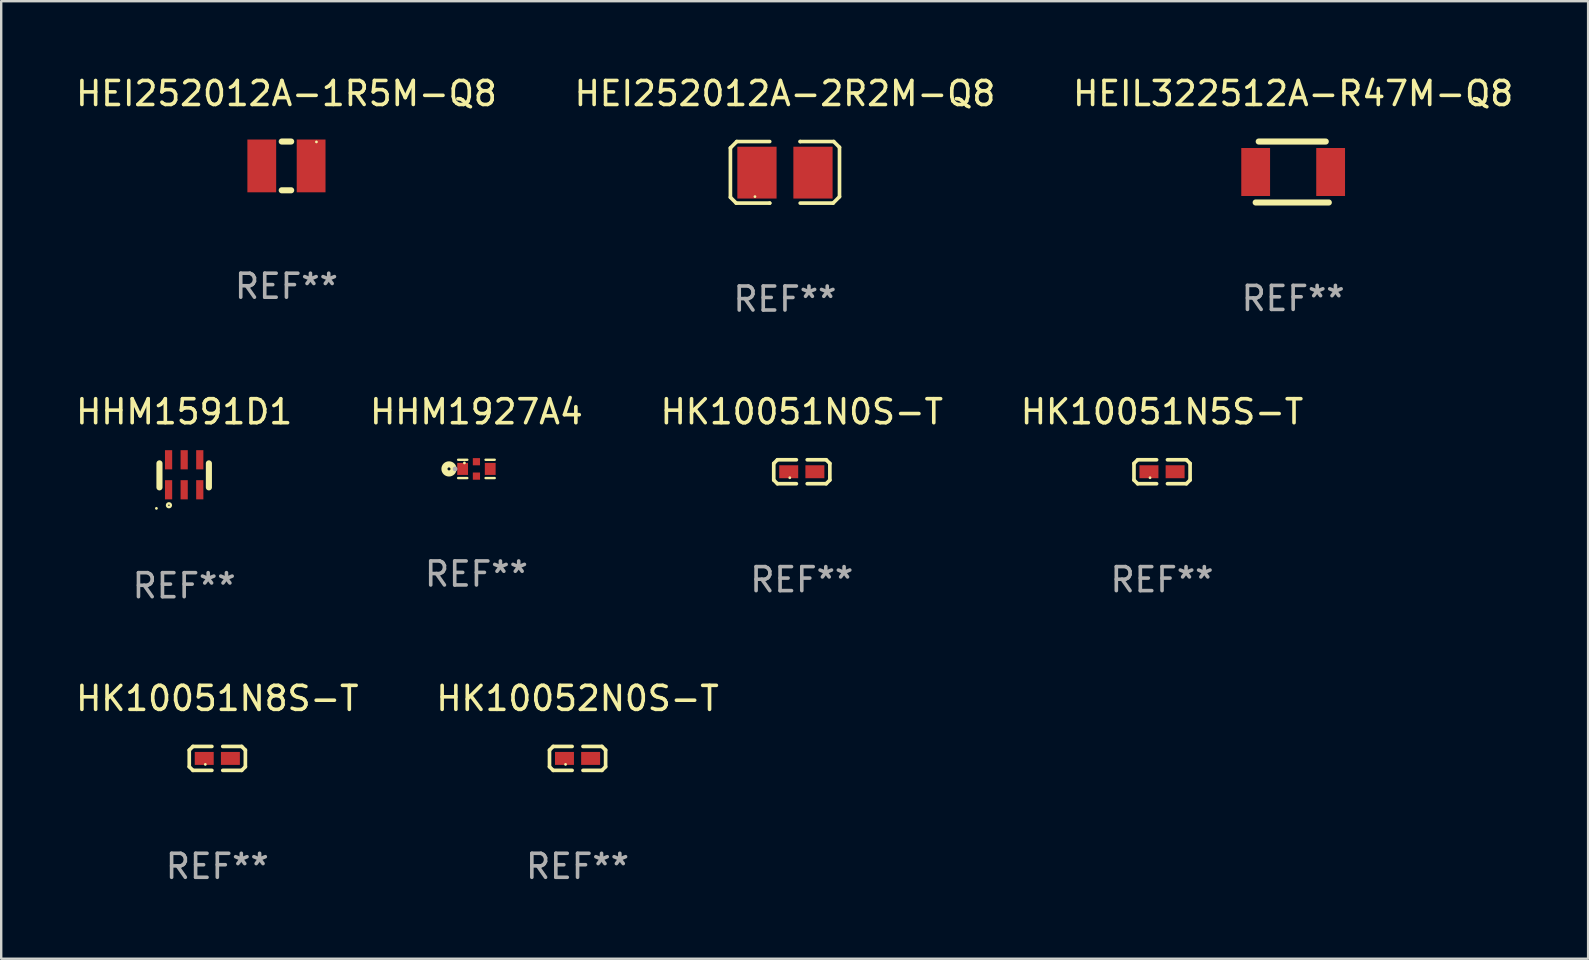
<source format=kicad_pcb>
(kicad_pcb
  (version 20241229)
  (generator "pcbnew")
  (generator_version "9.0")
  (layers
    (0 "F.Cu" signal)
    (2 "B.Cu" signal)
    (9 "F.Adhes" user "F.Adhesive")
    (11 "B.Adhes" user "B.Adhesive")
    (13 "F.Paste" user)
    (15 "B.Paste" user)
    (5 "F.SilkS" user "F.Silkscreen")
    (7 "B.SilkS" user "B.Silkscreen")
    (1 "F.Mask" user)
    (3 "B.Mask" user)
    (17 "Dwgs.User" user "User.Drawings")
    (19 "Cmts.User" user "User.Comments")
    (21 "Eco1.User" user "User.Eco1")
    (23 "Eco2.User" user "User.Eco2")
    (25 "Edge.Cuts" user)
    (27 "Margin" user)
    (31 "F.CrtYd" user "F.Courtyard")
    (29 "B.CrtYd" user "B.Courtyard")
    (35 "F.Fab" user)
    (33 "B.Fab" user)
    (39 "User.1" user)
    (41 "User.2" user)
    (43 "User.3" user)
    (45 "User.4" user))
  (footprint "HK10052N0S-T"
    (layer "F.Cu")
    (at 21.018 28.555)
    (property "Reference" "HK10052N0S-T" (at 0 -2.499 0) (layer "F.SilkS") (effects (font (size 1 1) (thickness 0.15))))
    (attr through_hole)
    (fp_line (start -1.169 -0.346) (end -1.016 -0.499) (stroke (width 0.152) (type solid)) (layer "F.SilkS"))
    (fp_line (start -1.169 0.346) (end -1.169 -0.346) (stroke (width 0.152) (type solid)) (layer "F.SilkS"))
    (fp_line (start -1.016 -0.499) (end -0.226 -0.499) (stroke (width 0.152) (type solid)) (layer "F.SilkS"))
    (fp_line (start -1.016 0.499) (end -1.169 0.346) (stroke (width 0.152) (type solid)) (layer "F.SilkS"))
    (fp_line (start -0.226 0.499) (end -1.016 0.499) (stroke (width 0.152) (type solid)) (layer "F.SilkS"))
    (fp_line (start 0.226 0.499) (end 1.016 0.499) (stroke (width 0.152) (type solid)) (layer "F.SilkS"))
    (fp_line (start 1.016 -0.499) (end 0.226 -0.499) (stroke (width 0.152) (type solid)) (layer "F.SilkS"))
    (fp_line (start 1.016 0.499) (end 1.169 0.346) (stroke (width 0.152) (type solid)) (layer "F.SilkS"))
    (fp_line (start 1.169 -0.346) (end 1.016 -0.499) (stroke (width 0.152) (type solid)) (layer "F.SilkS"))
    (fp_line (start 1.169 0.346) (end 1.169 -0.346) (stroke (width 0.152) (type solid)) (layer "F.SilkS"))
    (fp_circle (center -0.5 0.25) (end -0.47 0.25) (stroke (width 0.06) (type solid)) (fill no) (layer "F.SilkS"))
    (fp_text user "REF**" (at 0 4.499 0) (layer "F.Fab") (effects (font (size 1 1) (thickness 0.15))))
    (pad "1" smd rect (at -0.545 0) (size 0.79 0.54) (layers "F.Cu" "F.Mask" "F.Paste"))
    (pad "2" smd rect (at 0.545 0) (size 0.79 0.54) (layers "F.Cu" "F.Mask" "F.Paste")))
  (footprint "HEIL322512A-R47M-Q8"
    (layer "F.Cu")
    (at 50.839 4.118)
    (property "Reference" "HEIL322512A-R47M-Q8" (at 0 -3.27 0) (layer "F.SilkS") (effects (font (size 1 1) (thickness 0.15))))
    (attr through_hole)
    (fp_line (start -1.562 1.27) (end 1.486 1.27) (stroke (width 0.254) (type solid)) (layer "F.SilkS"))
    (fp_line (start -1.435 -1.27) (end 1.359 -1.27) (stroke (width 0.254) (type solid)) (layer "F.SilkS"))
    (fp_circle (center -1.6 1.25) (end -1.57 1.25) (stroke (width 0.06) (type solid)) (fill no) (layer "F.SilkS"))
    (fp_text user "REF**" (at 0 5.27 0) (layer "F.Fab") (effects (font (size 1 1) (thickness 0.15))))
    (pad "1" smd rect (at -1.562 0 180) (size 1.2 2) (layers "F.Cu" "F.Mask" "F.Paste"))
    (pad "2" smd rect (at 1.562 0 180) (size 1.2 2) (layers "F.Cu" "F.Mask" "F.Paste")))
  (footprint "HEI252012A-1R5M-Q8"
    (layer "F.Cu")
    (at 8.887 3.864)
    (property "Reference" "HEI252012A-1R5M-Q8" (at 0 -3.016 0) (layer "F.SilkS") (effects (font (size 1 1) (thickness 0.15))))
    (attr through_hole)
    (fp_line (start -0.197 1.016) (end 0.197 1.016) (stroke (width 0.254) (type solid)) (layer "F.SilkS"))
    (fp_line (start 0.197 -1.016) (end -0.197 -1.016) (stroke (width 0.254) (type solid)) (layer "F.SilkS"))
    (fp_circle (center 1.25 -1) (end 1.28 -1) (stroke (width 0.06) (type solid)) (fill no) (layer "F.SilkS"))
    (fp_text user "REF**" (at 0 5.016 0) (layer "F.Fab") (effects (font (size 1 1) (thickness 0.15))))
    (pad "1" smd rect (at 1.028 0) (size 1.2 2.2) (layers "F.Cu" "F.Mask" "F.Paste"))
    (pad "2" smd rect (at -1.028 0) (size 1.2 2.2) (layers "F.Cu" "F.Mask" "F.Paste")))
  (footprint "HK10051N5S-T"
    (layer "F.Cu")
    (at 45.375 16.609)
    (property "Reference" "HK10051N5S-T" (at 0 -2.499 0) (layer "F.SilkS") (effects (font (size 1 1) (thickness 0.15))))
    (attr through_hole)
    (fp_line (start -1.169 -0.346) (end -1.016 -0.499) (stroke (width 0.152) (type solid)) (layer "F.SilkS"))
    (fp_line (start -1.169 0.346) (end -1.169 -0.346) (stroke (width 0.152) (type solid)) (layer "F.SilkS"))
    (fp_line (start -1.016 -0.499) (end -0.226 -0.499) (stroke (width 0.152) (type solid)) (layer "F.SilkS"))
    (fp_line (start -1.016 0.499) (end -1.169 0.346) (stroke (width 0.152) (type solid)) (layer "F.SilkS"))
    (fp_line (start -0.226 0.499) (end -1.016 0.499) (stroke (width 0.152) (type solid)) (layer "F.SilkS"))
    (fp_line (start 0.226 0.499) (end 1.016 0.499) (stroke (width 0.152) (type solid)) (layer "F.SilkS"))
    (fp_line (start 1.016 -0.499) (end 0.226 -0.499) (stroke (width 0.152) (type solid)) (layer "F.SilkS"))
    (fp_line (start 1.016 0.499) (end 1.169 0.346) (stroke (width 0.152) (type solid)) (layer "F.SilkS"))
    (fp_line (start 1.169 -0.346) (end 1.016 -0.499) (stroke (width 0.152) (type solid)) (layer "F.SilkS"))
    (fp_line (start 1.169 0.346) (end 1.169 -0.346) (stroke (width 0.152) (type solid)) (layer "F.SilkS"))
    (fp_circle (center -0.5 0.25) (end -0.47 0.25) (stroke (width 0.06) (type solid)) (fill no) (layer "F.SilkS"))
    (fp_text user "REF**" (at 0 4.499 0) (layer "F.Fab") (effects (font (size 1 1) (thickness 0.15))))
    (pad "1" smd rect (at -0.545 0) (size 0.79 0.54) (layers "F.Cu" "F.Mask" "F.Paste"))
    (pad "2" smd rect (at 0.545 0) (size 0.79 0.54) (layers "F.Cu" "F.Mask" "F.Paste")))
  (footprint "HK10051N0S-T"
    (layer "F.Cu")
    (at 30.363 16.609)
    (property "Reference" "HK10051N0S-T" (at 0 -2.499 0) (layer "F.SilkS") (effects (font (size 1 1) (thickness 0.15))))
    (attr through_hole)
    (fp_line (start -1.169 -0.346) (end -1.016 -0.499) (stroke (width 0.152) (type solid)) (layer "F.SilkS"))
    (fp_line (start -1.169 0.346) (end -1.169 -0.346) (stroke (width 0.152) (type solid)) (layer "F.SilkS"))
    (fp_line (start -1.016 -0.499) (end -0.226 -0.499) (stroke (width 0.152) (type solid)) (layer "F.SilkS"))
    (fp_line (start -1.016 0.499) (end -1.169 0.346) (stroke (width 0.152) (type solid)) (layer "F.SilkS"))
    (fp_line (start -0.226 0.499) (end -1.016 0.499) (stroke (width 0.152) (type solid)) (layer "F.SilkS"))
    (fp_line (start 0.226 0.499) (end 1.016 0.499) (stroke (width 0.152) (type solid)) (layer "F.SilkS"))
    (fp_line (start 1.016 -0.499) (end 0.226 -0.499) (stroke (width 0.152) (type solid)) (layer "F.SilkS"))
    (fp_line (start 1.016 0.499) (end 1.169 0.346) (stroke (width 0.152) (type solid)) (layer "F.SilkS"))
    (fp_line (start 1.169 -0.346) (end 1.016 -0.499) (stroke (width 0.152) (type solid)) (layer "F.SilkS"))
    (fp_line (start 1.169 0.346) (end 1.169 -0.346) (stroke (width 0.152) (type solid)) (layer "F.SilkS"))
    (fp_circle (center -0.5 0.25) (end -0.47 0.25) (stroke (width 0.06) (type solid)) (fill no) (layer "F.SilkS"))
    (fp_text user "REF**" (at 0 4.499 0) (layer "F.Fab") (effects (font (size 1 1) (thickness 0.15))))
    (pad "1" smd rect (at -0.545 0) (size 0.79 0.54) (layers "F.Cu" "F.Mask" "F.Paste"))
    (pad "2" smd rect (at 0.545 0) (size 0.79 0.54) (layers "F.Cu" "F.Mask" "F.Paste")))
  (footprint "HHM1927A4"
    (layer "F.Cu")
    (at 16.804 16.491)
    (property "Reference" "HHM1927A4" (at 0 -2.381 0) (layer "F.SilkS") (effects (font (size 1 1) (thickness 0.15))))
    (attr through_hole)
    (fp_line (start -0.762 -0.381) (end -0.381 -0.381) (stroke (width 0.1) (type solid)) (layer "F.SilkS"))
    (fp_line (start -0.762 0.381) (end -0.381 0.381) (stroke (width 0.1) (type solid)) (layer "F.SilkS"))
    (fp_line (start 0.381 -0.381) (end 0.762 -0.381) (stroke (width 0.1) (type solid)) (layer "F.SilkS"))
    (fp_line (start 0.381 0.381) (end 0.762 0.381) (stroke (width 0.1) (type solid)) (layer "F.SilkS"))
    (fp_circle (center -1.143 -0.000127) (end -1.08 -0.000127) (stroke (width 0.254) (type solid)) (fill no) (layer "F.SilkS"))
    (fp_circle (center -0.5 -0.25) (end -0.47 -0.25) (stroke (width 0.06) (type solid)) (fill no) (layer "F.SilkS"))
    (fp_circle (center -0.889 0.000127) (end -0.839 0.000127) (stroke (width 0.1) (type solid)) (fill no) (layer "F.Fab"))
    (fp_text user "REF**" (at 0 4.381 0) (layer "F.Fab") (effects (font (size 1 1) (thickness 0.15))))
    (pad "1" smd rect (at -0.575 -0.000127) (size 0.45 0.5) (layers "F.Cu" "F.Mask" "F.Paste"))
    (pad "2" smd rect (at 0 0.3) (size 0.3 0.3) (layers "F.Cu" "F.Mask" "F.Paste"))
    (pad "3" smd rect (at 0.575 -0.000127) (size 0.45 0.5) (layers "F.Cu" "F.Mask" "F.Paste"))
    (pad "4" smd rect (at 0 -0.3) (size 0.3 0.3) (layers "F.Cu" "F.Mask" "F.Paste")))
  (footprint "HHM1591D1"
    (layer "F.Cu")
    (at 4.625 16.735)
    (property "Reference" "HHM1591D1" (at 0 -2.625 0) (layer "F.SilkS") (effects (font (size 1 1) (thickness 0.15))))
    (attr through_hole)
    (fp_line (start -1.03 -0.475) (end -1.03 0.525) (stroke (width 0.254) (type solid)) (layer "F.SilkS"))
    (fp_line (start 1.03 -0.475) (end 1.03 0.525) (stroke (width 0.254) (type solid)) (layer "F.SilkS"))
    (fp_circle (center -1.157 1.4) (end -1.127 1.4) (stroke (width 0.06) (type solid)) (fill no) (layer "F.SilkS"))
    (fp_circle (center -0.635 1.27) (end -0.555 1.27) (stroke (width 0.1) (type solid)) (fill no) (layer "F.SilkS"))
    (fp_text user "REF**" (at 0 4.625 0) (layer "F.Fab") (effects (font (size 1 1) (thickness 0.15))))
    (pad "1" smd rect (at -0.65 0.625) (size 0.3 0.8) (layers "F.Cu" "F.Mask" "F.Paste"))
    (pad "2" smd rect (at 0 0.625) (size 0.3 0.8) (layers "F.Cu" "F.Mask" "F.Paste"))
    (pad "3" smd rect (at 0.65 0.625) (size 0.3 0.8) (layers "F.Cu" "F.Mask" "F.Paste"))
    (pad "4" smd rect (at 0.65 -0.625) (size 0.3 0.8) (layers "F.Cu" "F.Mask" "F.Paste"))
    (pad "5" smd rect (at 0 -0.625) (size 0.3 0.8) (layers "F.Cu" "F.Mask" "F.Paste"))
    (pad "6" smd rect (at -0.65 -0.625) (size 0.3 0.8) (layers "F.Cu" "F.Mask" "F.Paste")))
  (footprint "HK10051N8S-T"
    (layer "F.Cu")
    (at 6.006 28.555)
    (property "Reference" "HK10051N8S-T" (at 0 -2.499 0) (layer "F.SilkS") (effects (font (size 1 1) (thickness 0.15))))
    (attr through_hole)
    (fp_line (start -1.169 -0.346) (end -1.016 -0.499) (stroke (width 0.152) (type solid)) (layer "F.SilkS"))
    (fp_line (start -1.169 0.346) (end -1.169 -0.346) (stroke (width 0.152) (type solid)) (layer "F.SilkS"))
    (fp_line (start -1.016 -0.499) (end -0.226 -0.499) (stroke (width 0.152) (type solid)) (layer "F.SilkS"))
    (fp_line (start -1.016 0.499) (end -1.169 0.346) (stroke (width 0.152) (type solid)) (layer "F.SilkS"))
    (fp_line (start -0.226 0.499) (end -1.016 0.499) (stroke (width 0.152) (type solid)) (layer "F.SilkS"))
    (fp_line (start 0.226 0.499) (end 1.016 0.499) (stroke (width 0.152) (type solid)) (layer "F.SilkS"))
    (fp_line (start 1.016 -0.499) (end 0.226 -0.499) (stroke (width 0.152) (type solid)) (layer "F.SilkS"))
    (fp_line (start 1.016 0.499) (end 1.169 0.346) (stroke (width 0.152) (type solid)) (layer "F.SilkS"))
    (fp_line (start 1.169 -0.346) (end 1.016 -0.499) (stroke (width 0.152) (type solid)) (layer "F.SilkS"))
    (fp_line (start 1.169 0.346) (end 1.169 -0.346) (stroke (width 0.152) (type solid)) (layer "F.SilkS"))
    (fp_circle (center -0.5 0.25) (end -0.47 0.25) (stroke (width 0.06) (type solid)) (fill no) (layer "F.SilkS"))
    (fp_text user "REF**" (at 0 4.499 0) (layer "F.Fab") (effects (font (size 1 1) (thickness 0.15))))
    (pad "1" smd rect (at -0.545 0) (size 0.79 0.54) (layers "F.Cu" "F.Mask" "F.Paste"))
    (pad "2" smd rect (at 0.545 0) (size 0.79 0.54) (layers "F.Cu" "F.Mask" "F.Paste")))
  (footprint "HEI252012A-2R2M-Q8"
    (layer "F.Cu")
    (at 29.661 4.131)
    (property "Reference" "HEI252012A-2R2M-Q8" (at 0 -3.283 0) (layer "F.SilkS") (effects (font (size 1 1) (thickness 0.15))))
    (attr through_hole)
    (fp_line (start -2.273 -1.016) (end -2.007 -1.283) (stroke (width 0.152) (type solid)) (layer "F.SilkS"))
    (fp_line (start -2.273 1.041) (end -2.273 -1.016) (stroke (width 0.152) (type solid)) (layer "F.SilkS"))
    (fp_line (start -2.032 1.283) (end -2.273 1.041) (stroke (width 0.152) (type solid)) (layer "F.SilkS"))
    (fp_line (start -2.007 -1.283) (end -0.635 -1.283) (stroke (width 0.152) (type solid)) (layer "F.SilkS"))
    (fp_line (start -0.635 1.283) (end -2.032 1.283) (stroke (width 0.152) (type solid)) (layer "F.SilkS"))
    (fp_line (start -0.635 1.283) (end -0.635 1.283) (stroke (width 0.152) (type solid)) (layer "F.SilkS"))
    (fp_line (start 0.635 -1.283) (end 0.635 -1.283) (stroke (width 0.152) (type solid)) (layer "F.SilkS"))
    (fp_line (start 0.635 -1.283) (end 2.032 -1.283) (stroke (width 0.152) (type solid)) (layer "F.SilkS"))
    (fp_line (start 2.007 1.283) (end 0.635 1.283) (stroke (width 0.152) (type solid)) (layer "F.SilkS"))
    (fp_line (start 2.032 -1.283) (end 2.273 -1.041) (stroke (width 0.152) (type solid)) (layer "F.SilkS"))
    (fp_line (start 2.273 -1.041) (end 2.273 1.016) (stroke (width 0.152) (type solid)) (layer "F.SilkS"))
    (fp_line (start 2.273 1.016) (end 2.007 1.283) (stroke (width 0.152) (type solid)) (layer "F.SilkS"))
    (fp_circle (center -1.25 1.013) (end -1.22 1.013) (stroke (width 0.06) (type solid)) (fill no) (layer "F.SilkS"))
    (fp_text user "REF**" (at 0 5.283 0) (layer "F.Fab") (effects (font (size 1 1) (thickness 0.15))))
    (pad "1" smd rect (at -1.167 0.013) (size 1.635 2.16) (layers "F.Cu" "F.Mask" "F.Paste"))
    (pad "2" smd rect (at 1.168 0.013) (size 1.635 2.16) (layers "F.Cu" "F.Mask" "F.Paste")))
  (gr_rect
    (start -3 -3)
    (end 63.131 36.902)
    (stroke (width 0.1) (type default))
    (fill no)
    (layer "Edge.Cuts")))
</source>
